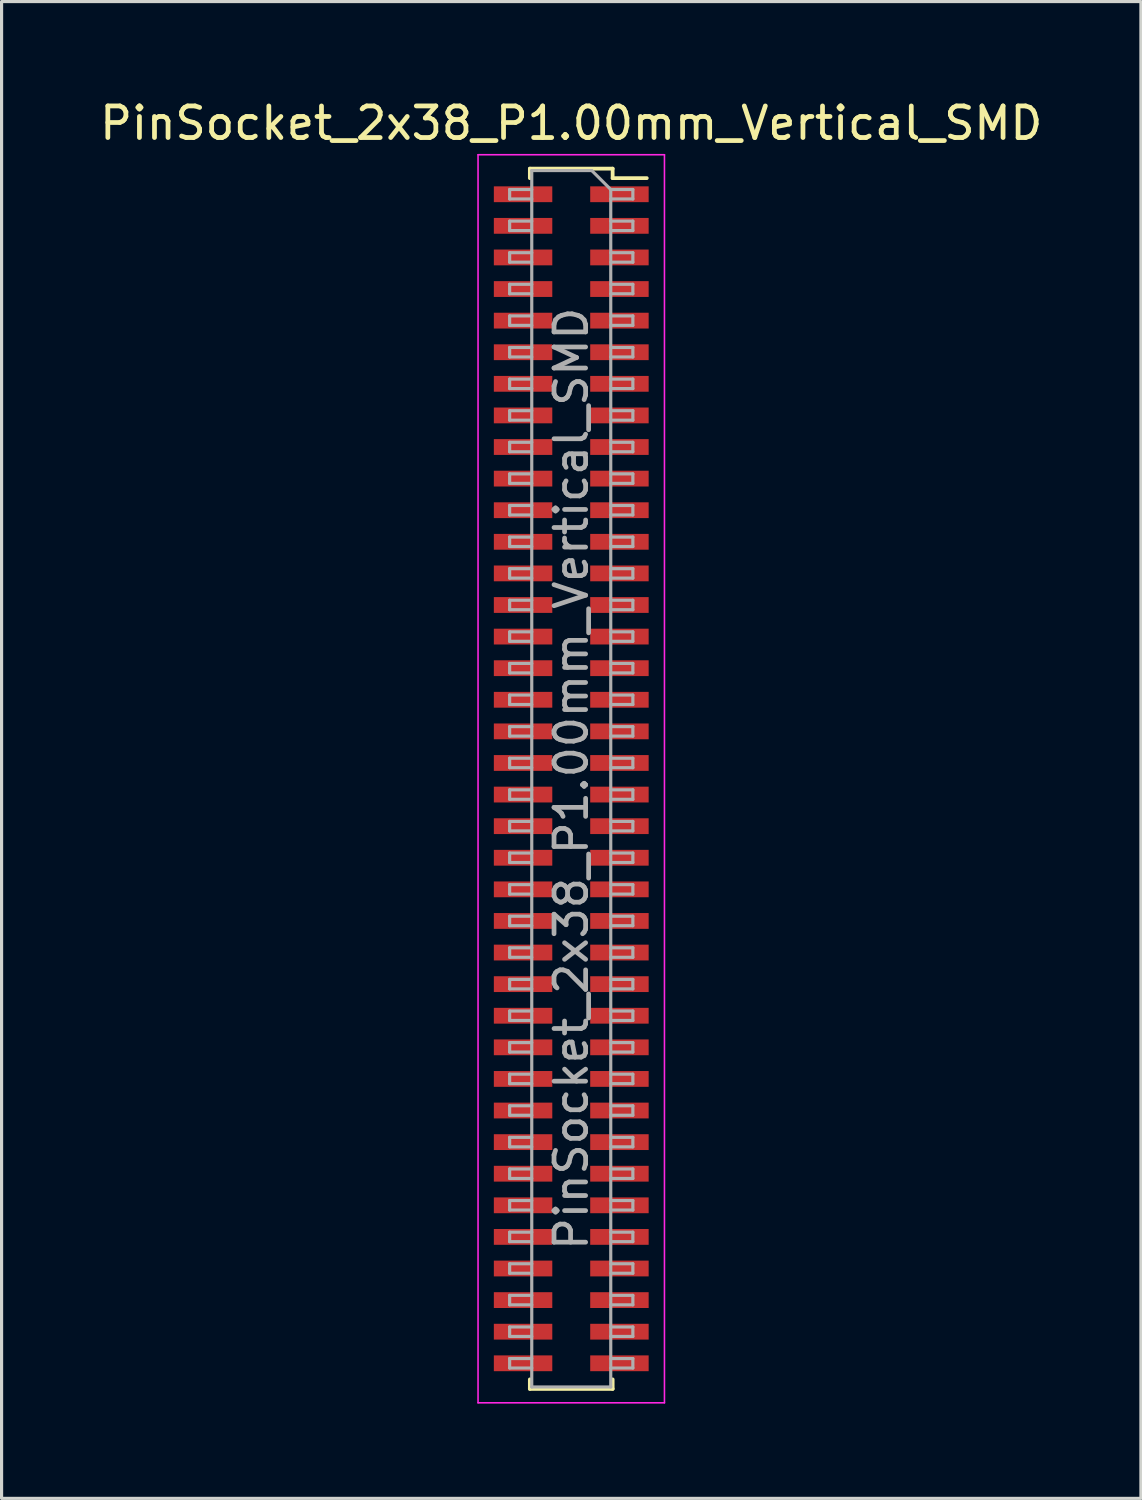
<source format=kicad_pcb>
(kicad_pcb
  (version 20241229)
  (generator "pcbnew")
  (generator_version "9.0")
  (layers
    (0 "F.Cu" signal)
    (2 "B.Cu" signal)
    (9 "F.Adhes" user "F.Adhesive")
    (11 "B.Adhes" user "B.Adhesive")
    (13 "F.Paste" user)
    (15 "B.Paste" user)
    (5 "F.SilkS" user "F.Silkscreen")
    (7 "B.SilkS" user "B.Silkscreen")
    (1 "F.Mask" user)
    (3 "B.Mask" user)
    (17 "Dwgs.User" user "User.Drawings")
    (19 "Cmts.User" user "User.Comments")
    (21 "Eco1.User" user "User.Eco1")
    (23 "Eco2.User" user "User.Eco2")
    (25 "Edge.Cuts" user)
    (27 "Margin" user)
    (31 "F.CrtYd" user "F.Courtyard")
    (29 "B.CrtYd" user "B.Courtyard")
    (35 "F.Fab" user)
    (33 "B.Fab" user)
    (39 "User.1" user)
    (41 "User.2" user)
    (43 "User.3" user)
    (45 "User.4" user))
  (footprint "PinSocket_2x38_P1.00mm_Vertical_SMD"
    (layer "F.Cu")
    (at 15.03 21.598)
    (property "Reference" "PinSocket_2x38_P1.00mm_Vertical_SMD" (at 0 -20.75 0) (layer "F.SilkS") (effects (font (size 1 1) (thickness 0.15))))
    (attr smd)
    (fp_line (start -1.31 -19.31) (end -1.31 -19.01) (stroke (width 0.12) (type solid)) (layer "F.SilkS"))
    (fp_line (start -1.31 -19.31) (end 1.31 -19.31) (stroke (width 0.12) (type solid)) (layer "F.SilkS"))
    (fp_line (start -1.31 19.01) (end -1.31 19.31) (stroke (width 0.12) (type solid)) (layer "F.SilkS"))
    (fp_line (start -1.31 19.31) (end 1.31 19.31) (stroke (width 0.12) (type solid)) (layer "F.SilkS"))
    (fp_line (start 1.31 -19.31) (end 1.31 -19.01) (stroke (width 0.12) (type solid)) (layer "F.SilkS"))
    (fp_line (start 1.31 -19.01) (end 2.39 -19.01) (stroke (width 0.12) (type solid)) (layer "F.SilkS"))
    (fp_line (start 1.31 19.01) (end 1.31 19.31) (stroke (width 0.12) (type solid)) (layer "F.SilkS"))
    (fp_line (start -2.95 -19.75) (end 2.95 -19.75) (stroke (width 0.05) (type solid)) (layer "F.CrtYd"))
    (fp_line (start -2.95 19.75) (end -2.95 -19.75) (stroke (width 0.05) (type solid)) (layer "F.CrtYd"))
    (fp_line (start 2.95 -19.75) (end 2.95 19.75) (stroke (width 0.05) (type solid)) (layer "F.CrtYd"))
    (fp_line (start 2.95 19.75) (end -2.95 19.75) (stroke (width 0.05) (type solid)) (layer "F.CrtYd"))
    (fp_line (start -1.95 -18.65) (end -1.25 -18.65) (stroke (width 0.1) (type solid)) (layer "F.Fab"))
    (fp_line (start -1.95 -18.35) (end -1.95 -18.65) (stroke (width 0.1) (type solid)) (layer "F.Fab"))
    (fp_line (start -1.95 -17.65) (end -1.25 -17.65) (stroke (width 0.1) (type solid)) (layer "F.Fab"))
    (fp_line (start -1.95 -17.35) (end -1.95 -17.65) (stroke (width 0.1) (type solid)) (layer "F.Fab"))
    (fp_line (start -1.95 -16.65) (end -1.25 -16.65) (stroke (width 0.1) (type solid)) (layer "F.Fab"))
    (fp_line (start -1.95 -16.35) (end -1.95 -16.65) (stroke (width 0.1) (type solid)) (layer "F.Fab"))
    (fp_line (start -1.95 -15.65) (end -1.25 -15.65) (stroke (width 0.1) (type solid)) (layer "F.Fab"))
    (fp_line (start -1.95 -15.35) (end -1.95 -15.65) (stroke (width 0.1) (type solid)) (layer "F.Fab"))
    (fp_line (start -1.95 -14.65) (end -1.25 -14.65) (stroke (width 0.1) (type solid)) (layer "F.Fab"))
    (fp_line (start -1.95 -14.35) (end -1.95 -14.65) (stroke (width 0.1) (type solid)) (layer "F.Fab"))
    (fp_line (start -1.95 -13.65) (end -1.25 -13.65) (stroke (width 0.1) (type solid)) (layer "F.Fab"))
    (fp_line (start -1.95 -13.35) (end -1.95 -13.65) (stroke (width 0.1) (type solid)) (layer "F.Fab"))
    (fp_line (start -1.95 -12.65) (end -1.25 -12.65) (stroke (width 0.1) (type solid)) (layer "F.Fab"))
    (fp_line (start -1.95 -12.35) (end -1.95 -12.65) (stroke (width 0.1) (type solid)) (layer "F.Fab"))
    (fp_line (start -1.95 -11.65) (end -1.25 -11.65) (stroke (width 0.1) (type solid)) (layer "F.Fab"))
    (fp_line (start -1.95 -11.35) (end -1.95 -11.65) (stroke (width 0.1) (type solid)) (layer "F.Fab"))
    (fp_line (start -1.95 -10.65) (end -1.25 -10.65) (stroke (width 0.1) (type solid)) (layer "F.Fab"))
    (fp_line (start -1.95 -10.35) (end -1.95 -10.65) (stroke (width 0.1) (type solid)) (layer "F.Fab"))
    (fp_line (start -1.95 -9.65) (end -1.25 -9.65) (stroke (width 0.1) (type solid)) (layer "F.Fab"))
    (fp_line (start -1.95 -9.35) (end -1.95 -9.65) (stroke (width 0.1) (type solid)) (layer "F.Fab"))
    (fp_line (start -1.95 -8.65) (end -1.25 -8.65) (stroke (width 0.1) (type solid)) (layer "F.Fab"))
    (fp_line (start -1.95 -8.35) (end -1.95 -8.65) (stroke (width 0.1) (type solid)) (layer "F.Fab"))
    (fp_line (start -1.95 -7.65) (end -1.25 -7.65) (stroke (width 0.1) (type solid)) (layer "F.Fab"))
    (fp_line (start -1.95 -7.35) (end -1.95 -7.65) (stroke (width 0.1) (type solid)) (layer "F.Fab"))
    (fp_line (start -1.95 -6.65) (end -1.25 -6.65) (stroke (width 0.1) (type solid)) (layer "F.Fab"))
    (fp_line (start -1.95 -6.35) (end -1.95 -6.65) (stroke (width 0.1) (type solid)) (layer "F.Fab"))
    (fp_line (start -1.95 -5.65) (end -1.25 -5.65) (stroke (width 0.1) (type solid)) (layer "F.Fab"))
    (fp_line (start -1.95 -5.35) (end -1.95 -5.65) (stroke (width 0.1) (type solid)) (layer "F.Fab"))
    (fp_line (start -1.95 -4.65) (end -1.25 -4.65) (stroke (width 0.1) (type solid)) (layer "F.Fab"))
    (fp_line (start -1.95 -4.35) (end -1.95 -4.65) (stroke (width 0.1) (type solid)) (layer "F.Fab"))
    (fp_line (start -1.95 -3.65) (end -1.25 -3.65) (stroke (width 0.1) (type solid)) (layer "F.Fab"))
    (fp_line (start -1.95 -3.35) (end -1.95 -3.65) (stroke (width 0.1) (type solid)) (layer "F.Fab"))
    (fp_line (start -1.95 -2.65) (end -1.25 -2.65) (stroke (width 0.1) (type solid)) (layer "F.Fab"))
    (fp_line (start -1.95 -2.35) (end -1.95 -2.65) (stroke (width 0.1) (type solid)) (layer "F.Fab"))
    (fp_line (start -1.95 -1.65) (end -1.25 -1.65) (stroke (width 0.1) (type solid)) (layer "F.Fab"))
    (fp_line (start -1.95 -1.35) (end -1.95 -1.65) (stroke (width 0.1) (type solid)) (layer "F.Fab"))
    (fp_line (start -1.95 -0.65) (end -1.25 -0.65) (stroke (width 0.1) (type solid)) (layer "F.Fab"))
    (fp_line (start -1.95 -0.35) (end -1.95 -0.65) (stroke (width 0.1) (type solid)) (layer "F.Fab"))
    (fp_line (start -1.95 0.35) (end -1.25 0.35) (stroke (width 0.1) (type solid)) (layer "F.Fab"))
    (fp_line (start -1.95 0.65) (end -1.95 0.35) (stroke (width 0.1) (type solid)) (layer "F.Fab"))
    (fp_line (start -1.95 1.35) (end -1.25 1.35) (stroke (width 0.1) (type solid)) (layer "F.Fab"))
    (fp_line (start -1.95 1.65) (end -1.95 1.35) (stroke (width 0.1) (type solid)) (layer "F.Fab"))
    (fp_line (start -1.95 2.35) (end -1.25 2.35) (stroke (width 0.1) (type solid)) (layer "F.Fab"))
    (fp_line (start -1.95 2.65) (end -1.95 2.35) (stroke (width 0.1) (type solid)) (layer "F.Fab"))
    (fp_line (start -1.95 3.35) (end -1.25 3.35) (stroke (width 0.1) (type solid)) (layer "F.Fab"))
    (fp_line (start -1.95 3.65) (end -1.95 3.35) (stroke (width 0.1) (type solid)) (layer "F.Fab"))
    (fp_line (start -1.95 4.35) (end -1.25 4.35) (stroke (width 0.1) (type solid)) (layer "F.Fab"))
    (fp_line (start -1.95 4.65) (end -1.95 4.35) (stroke (width 0.1) (type solid)) (layer "F.Fab"))
    (fp_line (start -1.95 5.35) (end -1.25 5.35) (stroke (width 0.1) (type solid)) (layer "F.Fab"))
    (fp_line (start -1.95 5.65) (end -1.95 5.35) (stroke (width 0.1) (type solid)) (layer "F.Fab"))
    (fp_line (start -1.95 6.35) (end -1.25 6.35) (stroke (width 0.1) (type solid)) (layer "F.Fab"))
    (fp_line (start -1.95 6.65) (end -1.95 6.35) (stroke (width 0.1) (type solid)) (layer "F.Fab"))
    (fp_line (start -1.95 7.35) (end -1.25 7.35) (stroke (width 0.1) (type solid)) (layer "F.Fab"))
    (fp_line (start -1.95 7.65) (end -1.95 7.35) (stroke (width 0.1) (type solid)) (layer "F.Fab"))
    (fp_line (start -1.95 8.35) (end -1.25 8.35) (stroke (width 0.1) (type solid)) (layer "F.Fab"))
    (fp_line (start -1.95 8.65) (end -1.95 8.35) (stroke (width 0.1) (type solid)) (layer "F.Fab"))
    (fp_line (start -1.95 9.35) (end -1.25 9.35) (stroke (width 0.1) (type solid)) (layer "F.Fab"))
    (fp_line (start -1.95 9.65) (end -1.95 9.35) (stroke (width 0.1) (type solid)) (layer "F.Fab"))
    (fp_line (start -1.95 10.35) (end -1.25 10.35) (stroke (width 0.1) (type solid)) (layer "F.Fab"))
    (fp_line (start -1.95 10.65) (end -1.95 10.35) (stroke (width 0.1) (type solid)) (layer "F.Fab"))
    (fp_line (start -1.95 11.35) (end -1.25 11.35) (stroke (width 0.1) (type solid)) (layer "F.Fab"))
    (fp_line (start -1.95 11.65) (end -1.95 11.35) (stroke (width 0.1) (type solid)) (layer "F.Fab"))
    (fp_line (start -1.95 12.35) (end -1.25 12.35) (stroke (width 0.1) (type solid)) (layer "F.Fab"))
    (fp_line (start -1.95 12.65) (end -1.95 12.35) (stroke (width 0.1) (type solid)) (layer "F.Fab"))
    (fp_line (start -1.95 13.35) (end -1.25 13.35) (stroke (width 0.1) (type solid)) (layer "F.Fab"))
    (fp_line (start -1.95 13.65) (end -1.95 13.35) (stroke (width 0.1) (type solid)) (layer "F.Fab"))
    (fp_line (start -1.95 14.35) (end -1.25 14.35) (stroke (width 0.1) (type solid)) (layer "F.Fab"))
    (fp_line (start -1.95 14.65) (end -1.95 14.35) (stroke (width 0.1) (type solid)) (layer "F.Fab"))
    (fp_line (start -1.95 15.35) (end -1.25 15.35) (stroke (width 0.1) (type solid)) (layer "F.Fab"))
    (fp_line (start -1.95 15.65) (end -1.95 15.35) (stroke (width 0.1) (type solid)) (layer "F.Fab"))
    (fp_line (start -1.95 16.35) (end -1.25 16.35) (stroke (width 0.1) (type solid)) (layer "F.Fab"))
    (fp_line (start -1.95 16.65) (end -1.95 16.35) (stroke (width 0.1) (type solid)) (layer "F.Fab"))
    (fp_line (start -1.95 17.35) (end -1.25 17.35) (stroke (width 0.1) (type solid)) (layer "F.Fab"))
    (fp_line (start -1.95 17.65) (end -1.95 17.35) (stroke (width 0.1) (type solid)) (layer "F.Fab"))
    (fp_line (start -1.95 18.35) (end -1.25 18.35) (stroke (width 0.1) (type solid)) (layer "F.Fab"))
    (fp_line (start -1.95 18.65) (end -1.95 18.35) (stroke (width 0.1) (type solid)) (layer "F.Fab"))
    (fp_line (start -1.25 -19.25) (end 0.65 -19.25) (stroke (width 0.1) (type solid)) (layer "F.Fab"))
    (fp_line (start -1.25 -18.35) (end -1.95 -18.35) (stroke (width 0.1) (type solid)) (layer "F.Fab"))
    (fp_line (start -1.25 -17.35) (end -1.95 -17.35) (stroke (width 0.1) (type solid)) (layer "F.Fab"))
    (fp_line (start -1.25 -16.35) (end -1.95 -16.35) (stroke (width 0.1) (type solid)) (layer "F.Fab"))
    (fp_line (start -1.25 -15.35) (end -1.95 -15.35) (stroke (width 0.1) (type solid)) (layer "F.Fab"))
    (fp_line (start -1.25 -14.35) (end -1.95 -14.35) (stroke (width 0.1) (type solid)) (layer "F.Fab"))
    (fp_line (start -1.25 -13.35) (end -1.95 -13.35) (stroke (width 0.1) (type solid)) (layer "F.Fab"))
    (fp_line (start -1.25 -12.35) (end -1.95 -12.35) (stroke (width 0.1) (type solid)) (layer "F.Fab"))
    (fp_line (start -1.25 -11.35) (end -1.95 -11.35) (stroke (width 0.1) (type solid)) (layer "F.Fab"))
    (fp_line (start -1.25 -10.35) (end -1.95 -10.35) (stroke (width 0.1) (type solid)) (layer "F.Fab"))
    (fp_line (start -1.25 -9.35) (end -1.95 -9.35) (stroke (width 0.1) (type solid)) (layer "F.Fab"))
    (fp_line (start -1.25 -8.35) (end -1.95 -8.35) (stroke (width 0.1) (type solid)) (layer "F.Fab"))
    (fp_line (start -1.25 -7.35) (end -1.95 -7.35) (stroke (width 0.1) (type solid)) (layer "F.Fab"))
    (fp_line (start -1.25 -6.35) (end -1.95 -6.35) (stroke (width 0.1) (type solid)) (layer "F.Fab"))
    (fp_line (start -1.25 -5.35) (end -1.95 -5.35) (stroke (width 0.1) (type solid)) (layer "F.Fab"))
    (fp_line (start -1.25 -4.35) (end -1.95 -4.35) (stroke (width 0.1) (type solid)) (layer "F.Fab"))
    (fp_line (start -1.25 -3.35) (end -1.95 -3.35) (stroke (width 0.1) (type solid)) (layer "F.Fab"))
    (fp_line (start -1.25 -2.35) (end -1.95 -2.35) (stroke (width 0.1) (type solid)) (layer "F.Fab"))
    (fp_line (start -1.25 -1.35) (end -1.95 -1.35) (stroke (width 0.1) (type solid)) (layer "F.Fab"))
    (fp_line (start -1.25 -0.35) (end -1.95 -0.35) (stroke (width 0.1) (type solid)) (layer "F.Fab"))
    (fp_line (start -1.25 0.65) (end -1.95 0.65) (stroke (width 0.1) (type solid)) (layer "F.Fab"))
    (fp_line (start -1.25 1.65) (end -1.95 1.65) (stroke (width 0.1) (type solid)) (layer "F.Fab"))
    (fp_line (start -1.25 2.65) (end -1.95 2.65) (stroke (width 0.1) (type solid)) (layer "F.Fab"))
    (fp_line (start -1.25 3.65) (end -1.95 3.65) (stroke (width 0.1) (type solid)) (layer "F.Fab"))
    (fp_line (start -1.25 4.65) (end -1.95 4.65) (stroke (width 0.1) (type solid)) (layer "F.Fab"))
    (fp_line (start -1.25 5.65) (end -1.95 5.65) (stroke (width 0.1) (type solid)) (layer "F.Fab"))
    (fp_line (start -1.25 6.65) (end -1.95 6.65) (stroke (width 0.1) (type solid)) (layer "F.Fab"))
    (fp_line (start -1.25 7.65) (end -1.95 7.65) (stroke (width 0.1) (type solid)) (layer "F.Fab"))
    (fp_line (start -1.25 8.65) (end -1.95 8.65) (stroke (width 0.1) (type solid)) (layer "F.Fab"))
    (fp_line (start -1.25 9.65) (end -1.95 9.65) (stroke (width 0.1) (type solid)) (layer "F.Fab"))
    (fp_line (start -1.25 10.65) (end -1.95 10.65) (stroke (width 0.1) (type solid)) (layer "F.Fab"))
    (fp_line (start -1.25 11.65) (end -1.95 11.65) (stroke (width 0.1) (type solid)) (layer "F.Fab"))
    (fp_line (start -1.25 12.65) (end -1.95 12.65) (stroke (width 0.1) (type solid)) (layer "F.Fab"))
    (fp_line (start -1.25 13.65) (end -1.95 13.65) (stroke (width 0.1) (type solid)) (layer "F.Fab"))
    (fp_line (start -1.25 14.65) (end -1.95 14.65) (stroke (width 0.1) (type solid)) (layer "F.Fab"))
    (fp_line (start -1.25 15.65) (end -1.95 15.65) (stroke (width 0.1) (type solid)) (layer "F.Fab"))
    (fp_line (start -1.25 16.65) (end -1.95 16.65) (stroke (width 0.1) (type solid)) (layer "F.Fab"))
    (fp_line (start -1.25 17.65) (end -1.95 17.65) (stroke (width 0.1) (type solid)) (layer "F.Fab"))
    (fp_line (start -1.25 18.65) (end -1.95 18.65) (stroke (width 0.1) (type solid)) (layer "F.Fab"))
    (fp_line (start -1.25 19.25) (end -1.25 -19.25) (stroke (width 0.1) (type solid)) (layer "F.Fab"))
    (fp_line (start 0.65 -19.25) (end 1.25 -18.65) (stroke (width 0.1) (type solid)) (layer "F.Fab"))
    (fp_line (start 1.25 -18.65) (end 1.25 19.25) (stroke (width 0.1) (type solid)) (layer "F.Fab"))
    (fp_line (start 1.25 -18.65) (end 1.95 -18.65) (stroke (width 0.1) (type solid)) (layer "F.Fab"))
    (fp_line (start 1.25 -17.65) (end 1.95 -17.65) (stroke (width 0.1) (type solid)) (layer "F.Fab"))
    (fp_line (start 1.25 -16.65) (end 1.95 -16.65) (stroke (width 0.1) (type solid)) (layer "F.Fab"))
    (fp_line (start 1.25 -15.65) (end 1.95 -15.65) (stroke (width 0.1) (type solid)) (layer "F.Fab"))
    (fp_line (start 1.25 -14.65) (end 1.95 -14.65) (stroke (width 0.1) (type solid)) (layer "F.Fab"))
    (fp_line (start 1.25 -13.65) (end 1.95 -13.65) (stroke (width 0.1) (type solid)) (layer "F.Fab"))
    (fp_line (start 1.25 -12.65) (end 1.95 -12.65) (stroke (width 0.1) (type solid)) (layer "F.Fab"))
    (fp_line (start 1.25 -11.65) (end 1.95 -11.65) (stroke (width 0.1) (type solid)) (layer "F.Fab"))
    (fp_line (start 1.25 -10.65) (end 1.95 -10.65) (stroke (width 0.1) (type solid)) (layer "F.Fab"))
    (fp_line (start 1.25 -9.65) (end 1.95 -9.65) (stroke (width 0.1) (type solid)) (layer "F.Fab"))
    (fp_line (start 1.25 -8.65) (end 1.95 -8.65) (stroke (width 0.1) (type solid)) (layer "F.Fab"))
    (fp_line (start 1.25 -7.65) (end 1.95 -7.65) (stroke (width 0.1) (type solid)) (layer "F.Fab"))
    (fp_line (start 1.25 -6.65) (end 1.95 -6.65) (stroke (width 0.1) (type solid)) (layer "F.Fab"))
    (fp_line (start 1.25 -5.65) (end 1.95 -5.65) (stroke (width 0.1) (type solid)) (layer "F.Fab"))
    (fp_line (start 1.25 -4.65) (end 1.95 -4.65) (stroke (width 0.1) (type solid)) (layer "F.Fab"))
    (fp_line (start 1.25 -3.65) (end 1.95 -3.65) (stroke (width 0.1) (type solid)) (layer "F.Fab"))
    (fp_line (start 1.25 -2.65) (end 1.95 -2.65) (stroke (width 0.1) (type solid)) (layer "F.Fab"))
    (fp_line (start 1.25 -1.65) (end 1.95 -1.65) (stroke (width 0.1) (type solid)) (layer "F.Fab"))
    (fp_line (start 1.25 -0.65) (end 1.95 -0.65) (stroke (width 0.1) (type solid)) (layer "F.Fab"))
    (fp_line (start 1.25 0.35) (end 1.95 0.35) (stroke (width 0.1) (type solid)) (layer "F.Fab"))
    (fp_line (start 1.25 1.35) (end 1.95 1.35) (stroke (width 0.1) (type solid)) (layer "F.Fab"))
    (fp_line (start 1.25 2.35) (end 1.95 2.35) (stroke (width 0.1) (type solid)) (layer "F.Fab"))
    (fp_line (start 1.25 3.35) (end 1.95 3.35) (stroke (width 0.1) (type solid)) (layer "F.Fab"))
    (fp_line (start 1.25 4.35) (end 1.95 4.35) (stroke (width 0.1) (type solid)) (layer "F.Fab"))
    (fp_line (start 1.25 5.35) (end 1.95 5.35) (stroke (width 0.1) (type solid)) (layer "F.Fab"))
    (fp_line (start 1.25 6.35) (end 1.95 6.35) (stroke (width 0.1) (type solid)) (layer "F.Fab"))
    (fp_line (start 1.25 7.35) (end 1.95 7.35) (stroke (width 0.1) (type solid)) (layer "F.Fab"))
    (fp_line (start 1.25 8.35) (end 1.95 8.35) (stroke (width 0.1) (type solid)) (layer "F.Fab"))
    (fp_line (start 1.25 9.35) (end 1.95 9.35) (stroke (width 0.1) (type solid)) (layer "F.Fab"))
    (fp_line (start 1.25 10.35) (end 1.95 10.35) (stroke (width 0.1) (type solid)) (layer "F.Fab"))
    (fp_line (start 1.25 11.35) (end 1.95 11.35) (stroke (width 0.1) (type solid)) (layer "F.Fab"))
    (fp_line (start 1.25 12.35) (end 1.95 12.35) (stroke (width 0.1) (type solid)) (layer "F.Fab"))
    (fp_line (start 1.25 13.35) (end 1.95 13.35) (stroke (width 0.1) (type solid)) (layer "F.Fab"))
    (fp_line (start 1.25 14.35) (end 1.95 14.35) (stroke (width 0.1) (type solid)) (layer "F.Fab"))
    (fp_line (start 1.25 15.35) (end 1.95 15.35) (stroke (width 0.1) (type solid)) (layer "F.Fab"))
    (fp_line (start 1.25 16.35) (end 1.95 16.35) (stroke (width 0.1) (type solid)) (layer "F.Fab"))
    (fp_line (start 1.25 17.35) (end 1.95 17.35) (stroke (width 0.1) (type solid)) (layer "F.Fab"))
    (fp_line (start 1.25 18.35) (end 1.95 18.35) (stroke (width 0.1) (type solid)) (layer "F.Fab"))
    (fp_line (start 1.25 19.25) (end -1.25 19.25) (stroke (width 0.1) (type solid)) (layer "F.Fab"))
    (fp_line (start 1.95 -18.65) (end 1.95 -18.35) (stroke (width 0.1) (type solid)) (layer "F.Fab"))
    (fp_line (start 1.95 -18.35) (end 1.25 -18.35) (stroke (width 0.1) (type solid)) (layer "F.Fab"))
    (fp_line (start 1.95 -17.65) (end 1.95 -17.35) (stroke (width 0.1) (type solid)) (layer "F.Fab"))
    (fp_line (start 1.95 -17.35) (end 1.25 -17.35) (stroke (width 0.1) (type solid)) (layer "F.Fab"))
    (fp_line (start 1.95 -16.65) (end 1.95 -16.35) (stroke (width 0.1) (type solid)) (layer "F.Fab"))
    (fp_line (start 1.95 -16.35) (end 1.25 -16.35) (stroke (width 0.1) (type solid)) (layer "F.Fab"))
    (fp_line (start 1.95 -15.65) (end 1.95 -15.35) (stroke (width 0.1) (type solid)) (layer "F.Fab"))
    (fp_line (start 1.95 -15.35) (end 1.25 -15.35) (stroke (width 0.1) (type solid)) (layer "F.Fab"))
    (fp_line (start 1.95 -14.65) (end 1.95 -14.35) (stroke (width 0.1) (type solid)) (layer "F.Fab"))
    (fp_line (start 1.95 -14.35) (end 1.25 -14.35) (stroke (width 0.1) (type solid)) (layer "F.Fab"))
    (fp_line (start 1.95 -13.65) (end 1.95 -13.35) (stroke (width 0.1) (type solid)) (layer "F.Fab"))
    (fp_line (start 1.95 -13.35) (end 1.25 -13.35) (stroke (width 0.1) (type solid)) (layer "F.Fab"))
    (fp_line (start 1.95 -12.65) (end 1.95 -12.35) (stroke (width 0.1) (type solid)) (layer "F.Fab"))
    (fp_line (start 1.95 -12.35) (end 1.25 -12.35) (stroke (width 0.1) (type solid)) (layer "F.Fab"))
    (fp_line (start 1.95 -11.65) (end 1.95 -11.35) (stroke (width 0.1) (type solid)) (layer "F.Fab"))
    (fp_line (start 1.95 -11.35) (end 1.25 -11.35) (stroke (width 0.1) (type solid)) (layer "F.Fab"))
    (fp_line (start 1.95 -10.65) (end 1.95 -10.35) (stroke (width 0.1) (type solid)) (layer "F.Fab"))
    (fp_line (start 1.95 -10.35) (end 1.25 -10.35) (stroke (width 0.1) (type solid)) (layer "F.Fab"))
    (fp_line (start 1.95 -9.65) (end 1.95 -9.35) (stroke (width 0.1) (type solid)) (layer "F.Fab"))
    (fp_line (start 1.95 -9.35) (end 1.25 -9.35) (stroke (width 0.1) (type solid)) (layer "F.Fab"))
    (fp_line (start 1.95 -8.65) (end 1.95 -8.35) (stroke (width 0.1) (type solid)) (layer "F.Fab"))
    (fp_line (start 1.95 -8.35) (end 1.25 -8.35) (stroke (width 0.1) (type solid)) (layer "F.Fab"))
    (fp_line (start 1.95 -7.65) (end 1.95 -7.35) (stroke (width 0.1) (type solid)) (layer "F.Fab"))
    (fp_line (start 1.95 -7.35) (end 1.25 -7.35) (stroke (width 0.1) (type solid)) (layer "F.Fab"))
    (fp_line (start 1.95 -6.65) (end 1.95 -6.35) (stroke (width 0.1) (type solid)) (layer "F.Fab"))
    (fp_line (start 1.95 -6.35) (end 1.25 -6.35) (stroke (width 0.1) (type solid)) (layer "F.Fab"))
    (fp_line (start 1.95 -5.65) (end 1.95 -5.35) (stroke (width 0.1) (type solid)) (layer "F.Fab"))
    (fp_line (start 1.95 -5.35) (end 1.25 -5.35) (stroke (width 0.1) (type solid)) (layer "F.Fab"))
    (fp_line (start 1.95 -4.65) (end 1.95 -4.35) (stroke (width 0.1) (type solid)) (layer "F.Fab"))
    (fp_line (start 1.95 -4.35) (end 1.25 -4.35) (stroke (width 0.1) (type solid)) (layer "F.Fab"))
    (fp_line (start 1.95 -3.65) (end 1.95 -3.35) (stroke (width 0.1) (type solid)) (layer "F.Fab"))
    (fp_line (start 1.95 -3.35) (end 1.25 -3.35) (stroke (width 0.1) (type solid)) (layer "F.Fab"))
    (fp_line (start 1.95 -2.65) (end 1.95 -2.35) (stroke (width 0.1) (type solid)) (layer "F.Fab"))
    (fp_line (start 1.95 -2.35) (end 1.25 -2.35) (stroke (width 0.1) (type solid)) (layer "F.Fab"))
    (fp_line (start 1.95 -1.65) (end 1.95 -1.35) (stroke (width 0.1) (type solid)) (layer "F.Fab"))
    (fp_line (start 1.95 -1.35) (end 1.25 -1.35) (stroke (width 0.1) (type solid)) (layer "F.Fab"))
    (fp_line (start 1.95 -0.65) (end 1.95 -0.35) (stroke (width 0.1) (type solid)) (layer "F.Fab"))
    (fp_line (start 1.95 -0.35) (end 1.25 -0.35) (stroke (width 0.1) (type solid)) (layer "F.Fab"))
    (fp_line (start 1.95 0.35) (end 1.95 0.65) (stroke (width 0.1) (type solid)) (layer "F.Fab"))
    (fp_line (start 1.95 0.65) (end 1.25 0.65) (stroke (width 0.1) (type solid)) (layer "F.Fab"))
    (fp_line (start 1.95 1.35) (end 1.95 1.65) (stroke (width 0.1) (type solid)) (layer "F.Fab"))
    (fp_line (start 1.95 1.65) (end 1.25 1.65) (stroke (width 0.1) (type solid)) (layer "F.Fab"))
    (fp_line (start 1.95 2.35) (end 1.95 2.65) (stroke (width 0.1) (type solid)) (layer "F.Fab"))
    (fp_line (start 1.95 2.65) (end 1.25 2.65) (stroke (width 0.1) (type solid)) (layer "F.Fab"))
    (fp_line (start 1.95 3.35) (end 1.95 3.65) (stroke (width 0.1) (type solid)) (layer "F.Fab"))
    (fp_line (start 1.95 3.65) (end 1.25 3.65) (stroke (width 0.1) (type solid)) (layer "F.Fab"))
    (fp_line (start 1.95 4.35) (end 1.95 4.65) (stroke (width 0.1) (type solid)) (layer "F.Fab"))
    (fp_line (start 1.95 4.65) (end 1.25 4.65) (stroke (width 0.1) (type solid)) (layer "F.Fab"))
    (fp_line (start 1.95 5.35) (end 1.95 5.65) (stroke (width 0.1) (type solid)) (layer "F.Fab"))
    (fp_line (start 1.95 5.65) (end 1.25 5.65) (stroke (width 0.1) (type solid)) (layer "F.Fab"))
    (fp_line (start 1.95 6.35) (end 1.95 6.65) (stroke (width 0.1) (type solid)) (layer "F.Fab"))
    (fp_line (start 1.95 6.65) (end 1.25 6.65) (stroke (width 0.1) (type solid)) (layer "F.Fab"))
    (fp_line (start 1.95 7.35) (end 1.95 7.65) (stroke (width 0.1) (type solid)) (layer "F.Fab"))
    (fp_line (start 1.95 7.65) (end 1.25 7.65) (stroke (width 0.1) (type solid)) (layer "F.Fab"))
    (fp_line (start 1.95 8.35) (end 1.95 8.65) (stroke (width 0.1) (type solid)) (layer "F.Fab"))
    (fp_line (start 1.95 8.65) (end 1.25 8.65) (stroke (width 0.1) (type solid)) (layer "F.Fab"))
    (fp_line (start 1.95 9.35) (end 1.95 9.65) (stroke (width 0.1) (type solid)) (layer "F.Fab"))
    (fp_line (start 1.95 9.65) (end 1.25 9.65) (stroke (width 0.1) (type solid)) (layer "F.Fab"))
    (fp_line (start 1.95 10.35) (end 1.95 10.65) (stroke (width 0.1) (type solid)) (layer "F.Fab"))
    (fp_line (start 1.95 10.65) (end 1.25 10.65) (stroke (width 0.1) (type solid)) (layer "F.Fab"))
    (fp_line (start 1.95 11.35) (end 1.95 11.65) (stroke (width 0.1) (type solid)) (layer "F.Fab"))
    (fp_line (start 1.95 11.65) (end 1.25 11.65) (stroke (width 0.1) (type solid)) (layer "F.Fab"))
    (fp_line (start 1.95 12.35) (end 1.95 12.65) (stroke (width 0.1) (type solid)) (layer "F.Fab"))
    (fp_line (start 1.95 12.65) (end 1.25 12.65) (stroke (width 0.1) (type solid)) (layer "F.Fab"))
    (fp_line (start 1.95 13.35) (end 1.95 13.65) (stroke (width 0.1) (type solid)) (layer "F.Fab"))
    (fp_line (start 1.95 13.65) (end 1.25 13.65) (stroke (width 0.1) (type solid)) (layer "F.Fab"))
    (fp_line (start 1.95 14.35) (end 1.95 14.65) (stroke (width 0.1) (type solid)) (layer "F.Fab"))
    (fp_line (start 1.95 14.65) (end 1.25 14.65) (stroke (width 0.1) (type solid)) (layer "F.Fab"))
    (fp_line (start 1.95 15.35) (end 1.95 15.65) (stroke (width 0.1) (type solid)) (layer "F.Fab"))
    (fp_line (start 1.95 15.65) (end 1.25 15.65) (stroke (width 0.1) (type solid)) (layer "F.Fab"))
    (fp_line (start 1.95 16.35) (end 1.95 16.65) (stroke (width 0.1) (type solid)) (layer "F.Fab"))
    (fp_line (start 1.95 16.65) (end 1.25 16.65) (stroke (width 0.1) (type solid)) (layer "F.Fab"))
    (fp_line (start 1.95 17.35) (end 1.95 17.65) (stroke (width 0.1) (type solid)) (layer "F.Fab"))
    (fp_line (start 1.95 17.65) (end 1.25 17.65) (stroke (width 0.1) (type solid)) (layer "F.Fab"))
    (fp_line (start 1.95 18.35) (end 1.95 18.65) (stroke (width 0.1) (type solid)) (layer "F.Fab"))
    (fp_line (start 1.95 18.65) (end 1.25 18.65) (stroke (width 0.1) (type solid)) (layer "F.Fab"))
    (fp_text user "${REFERENCE}" (at 0 0 90) (layer "F.Fab") (effects (font (size 1 1) (thickness 0.15))))
    (pad "1" smd rect (at 1.525 -18.5) (size 1.85 0.5) (layers "F.Cu" "F.Mask" "F.Paste"))
    (pad "2" smd rect (at -1.525 -18.5) (size 1.85 0.5) (layers "F.Cu" "F.Mask" "F.Paste"))
    (pad "3" smd rect (at 1.525 -17.5) (size 1.85 0.5) (layers "F.Cu" "F.Mask" "F.Paste"))
    (pad "4" smd rect (at -1.525 -17.5) (size 1.85 0.5) (layers "F.Cu" "F.Mask" "F.Paste"))
    (pad "5" smd rect (at 1.525 -16.5) (size 1.85 0.5) (layers "F.Cu" "F.Mask" "F.Paste"))
    (pad "6" smd rect (at -1.525 -16.5) (size 1.85 0.5) (layers "F.Cu" "F.Mask" "F.Paste"))
    (pad "7" smd rect (at 1.525 -15.5) (size 1.85 0.5) (layers "F.Cu" "F.Mask" "F.Paste"))
    (pad "8" smd rect (at -1.525 -15.5) (size 1.85 0.5) (layers "F.Cu" "F.Mask" "F.Paste"))
    (pad "9" smd rect (at 1.525 -14.5) (size 1.85 0.5) (layers "F.Cu" "F.Mask" "F.Paste"))
    (pad "10" smd rect (at -1.525 -14.5) (size 1.85 0.5) (layers "F.Cu" "F.Mask" "F.Paste"))
    (pad "11" smd rect (at 1.525 -13.5) (size 1.85 0.5) (layers "F.Cu" "F.Mask" "F.Paste"))
    (pad "12" smd rect (at -1.525 -13.5) (size 1.85 0.5) (layers "F.Cu" "F.Mask" "F.Paste"))
    (pad "13" smd rect (at 1.525 -12.5) (size 1.85 0.5) (layers "F.Cu" "F.Mask" "F.Paste"))
    (pad "14" smd rect (at -1.525 -12.5) (size 1.85 0.5) (layers "F.Cu" "F.Mask" "F.Paste"))
    (pad "15" smd rect (at 1.525 -11.5) (size 1.85 0.5) (layers "F.Cu" "F.Mask" "F.Paste"))
    (pad "16" smd rect (at -1.525 -11.5) (size 1.85 0.5) (layers "F.Cu" "F.Mask" "F.Paste"))
    (pad "17" smd rect (at 1.525 -10.5) (size 1.85 0.5) (layers "F.Cu" "F.Mask" "F.Paste"))
    (pad "18" smd rect (at -1.525 -10.5) (size 1.85 0.5) (layers "F.Cu" "F.Mask" "F.Paste"))
    (pad "19" smd rect (at 1.525 -9.5) (size 1.85 0.5) (layers "F.Cu" "F.Mask" "F.Paste"))
    (pad "20" smd rect (at -1.525 -9.5) (size 1.85 0.5) (layers "F.Cu" "F.Mask" "F.Paste"))
    (pad "21" smd rect (at 1.525 -8.5) (size 1.85 0.5) (layers "F.Cu" "F.Mask" "F.Paste"))
    (pad "22" smd rect (at -1.525 -8.5) (size 1.85 0.5) (layers "F.Cu" "F.Mask" "F.Paste"))
    (pad "23" smd rect (at 1.525 -7.5) (size 1.85 0.5) (layers "F.Cu" "F.Mask" "F.Paste"))
    (pad "24" smd rect (at -1.525 -7.5) (size 1.85 0.5) (layers "F.Cu" "F.Mask" "F.Paste"))
    (pad "25" smd rect (at 1.525 -6.5) (size 1.85 0.5) (layers "F.Cu" "F.Mask" "F.Paste"))
    (pad "26" smd rect (at -1.525 -6.5) (size 1.85 0.5) (layers "F.Cu" "F.Mask" "F.Paste"))
    (pad "27" smd rect (at 1.525 -5.5) (size 1.85 0.5) (layers "F.Cu" "F.Mask" "F.Paste"))
    (pad "28" smd rect (at -1.525 -5.5) (size 1.85 0.5) (layers "F.Cu" "F.Mask" "F.Paste"))
    (pad "29" smd rect (at 1.525 -4.5) (size 1.85 0.5) (layers "F.Cu" "F.Mask" "F.Paste"))
    (pad "30" smd rect (at -1.525 -4.5) (size 1.85 0.5) (layers "F.Cu" "F.Mask" "F.Paste"))
    (pad "31" smd rect (at 1.525 -3.5) (size 1.85 0.5) (layers "F.Cu" "F.Mask" "F.Paste"))
    (pad "32" smd rect (at -1.525 -3.5) (size 1.85 0.5) (layers "F.Cu" "F.Mask" "F.Paste"))
    (pad "33" smd rect (at 1.525 -2.5) (size 1.85 0.5) (layers "F.Cu" "F.Mask" "F.Paste"))
    (pad "34" smd rect (at -1.525 -2.5) (size 1.85 0.5) (layers "F.Cu" "F.Mask" "F.Paste"))
    (pad "35" smd rect (at 1.525 -1.5) (size 1.85 0.5) (layers "F.Cu" "F.Mask" "F.Paste"))
    (pad "36" smd rect (at -1.525 -1.5) (size 1.85 0.5) (layers "F.Cu" "F.Mask" "F.Paste"))
    (pad "37" smd rect (at 1.525 -0.5) (size 1.85 0.5) (layers "F.Cu" "F.Mask" "F.Paste"))
    (pad "38" smd rect (at -1.525 -0.5) (size 1.85 0.5) (layers "F.Cu" "F.Mask" "F.Paste"))
    (pad "39" smd rect (at 1.525 0.5) (size 1.85 0.5) (layers "F.Cu" "F.Mask" "F.Paste"))
    (pad "40" smd rect (at -1.525 0.5) (size 1.85 0.5) (layers "F.Cu" "F.Mask" "F.Paste"))
    (pad "41" smd rect (at 1.525 1.5) (size 1.85 0.5) (layers "F.Cu" "F.Mask" "F.Paste"))
    (pad "42" smd rect (at -1.525 1.5) (size 1.85 0.5) (layers "F.Cu" "F.Mask" "F.Paste"))
    (pad "43" smd rect (at 1.525 2.5) (size 1.85 0.5) (layers "F.Cu" "F.Mask" "F.Paste"))
    (pad "44" smd rect (at -1.525 2.5) (size 1.85 0.5) (layers "F.Cu" "F.Mask" "F.Paste"))
    (pad "45" smd rect (at 1.525 3.5) (size 1.85 0.5) (layers "F.Cu" "F.Mask" "F.Paste"))
    (pad "46" smd rect (at -1.525 3.5) (size 1.85 0.5) (layers "F.Cu" "F.Mask" "F.Paste"))
    (pad "47" smd rect (at 1.525 4.5) (size 1.85 0.5) (layers "F.Cu" "F.Mask" "F.Paste"))
    (pad "48" smd rect (at -1.525 4.5) (size 1.85 0.5) (layers "F.Cu" "F.Mask" "F.Paste"))
    (pad "49" smd rect (at 1.525 5.5) (size 1.85 0.5) (layers "F.Cu" "F.Mask" "F.Paste"))
    (pad "50" smd rect (at -1.525 5.5) (size 1.85 0.5) (layers "F.Cu" "F.Mask" "F.Paste"))
    (pad "51" smd rect (at 1.525 6.5) (size 1.85 0.5) (layers "F.Cu" "F.Mask" "F.Paste"))
    (pad "52" smd rect (at -1.525 6.5) (size 1.85 0.5) (layers "F.Cu" "F.Mask" "F.Paste"))
    (pad "53" smd rect (at 1.525 7.5) (size 1.85 0.5) (layers "F.Cu" "F.Mask" "F.Paste"))
    (pad "54" smd rect (at -1.525 7.5) (size 1.85 0.5) (layers "F.Cu" "F.Mask" "F.Paste"))
    (pad "55" smd rect (at 1.525 8.5) (size 1.85 0.5) (layers "F.Cu" "F.Mask" "F.Paste"))
    (pad "56" smd rect (at -1.525 8.5) (size 1.85 0.5) (layers "F.Cu" "F.Mask" "F.Paste"))
    (pad "57" smd rect (at 1.525 9.5) (size 1.85 0.5) (layers "F.Cu" "F.Mask" "F.Paste"))
    (pad "58" smd rect (at -1.525 9.5) (size 1.85 0.5) (layers "F.Cu" "F.Mask" "F.Paste"))
    (pad "59" smd rect (at 1.525 10.5) (size 1.85 0.5) (layers "F.Cu" "F.Mask" "F.Paste"))
    (pad "60" smd rect (at -1.525 10.5) (size 1.85 0.5) (layers "F.Cu" "F.Mask" "F.Paste"))
    (pad "61" smd rect (at 1.525 11.5) (size 1.85 0.5) (layers "F.Cu" "F.Mask" "F.Paste"))
    (pad "62" smd rect (at -1.525 11.5) (size 1.85 0.5) (layers "F.Cu" "F.Mask" "F.Paste"))
    (pad "63" smd rect (at 1.525 12.5) (size 1.85 0.5) (layers "F.Cu" "F.Mask" "F.Paste"))
    (pad "64" smd rect (at -1.525 12.5) (size 1.85 0.5) (layers "F.Cu" "F.Mask" "F.Paste"))
    (pad "65" smd rect (at 1.525 13.5) (size 1.85 0.5) (layers "F.Cu" "F.Mask" "F.Paste"))
    (pad "66" smd rect (at -1.525 13.5) (size 1.85 0.5) (layers "F.Cu" "F.Mask" "F.Paste"))
    (pad "67" smd rect (at 1.525 14.5) (size 1.85 0.5) (layers "F.Cu" "F.Mask" "F.Paste"))
    (pad "68" smd rect (at -1.525 14.5) (size 1.85 0.5) (layers "F.Cu" "F.Mask" "F.Paste"))
    (pad "69" smd rect (at 1.525 15.5) (size 1.85 0.5) (layers "F.Cu" "F.Mask" "F.Paste"))
    (pad "70" smd rect (at -1.525 15.5) (size 1.85 0.5) (layers "F.Cu" "F.Mask" "F.Paste"))
    (pad "71" smd rect (at 1.525 16.5) (size 1.85 0.5) (layers "F.Cu" "F.Mask" "F.Paste"))
    (pad "72" smd rect (at -1.525 16.5) (size 1.85 0.5) (layers "F.Cu" "F.Mask" "F.Paste"))
    (pad "73" smd rect (at 1.525 17.5) (size 1.85 0.5) (layers "F.Cu" "F.Mask" "F.Paste"))
    (pad "74" smd rect (at -1.525 17.5) (size 1.85 0.5) (layers "F.Cu" "F.Mask" "F.Paste"))
    (pad "75" smd rect (at 1.525 18.5) (size 1.85 0.5) (layers "F.Cu" "F.Mask" "F.Paste"))
    (pad "76" smd rect (at -1.525 18.5) (size 1.85 0.5) (layers "F.Cu" "F.Mask" "F.Paste")))
  (gr_rect
    (start -3 -3)
    (end 33.06 44.373)
    (stroke (width 0.1) (type default))
    (fill no)
    (layer "Edge.Cuts")))
</source>
